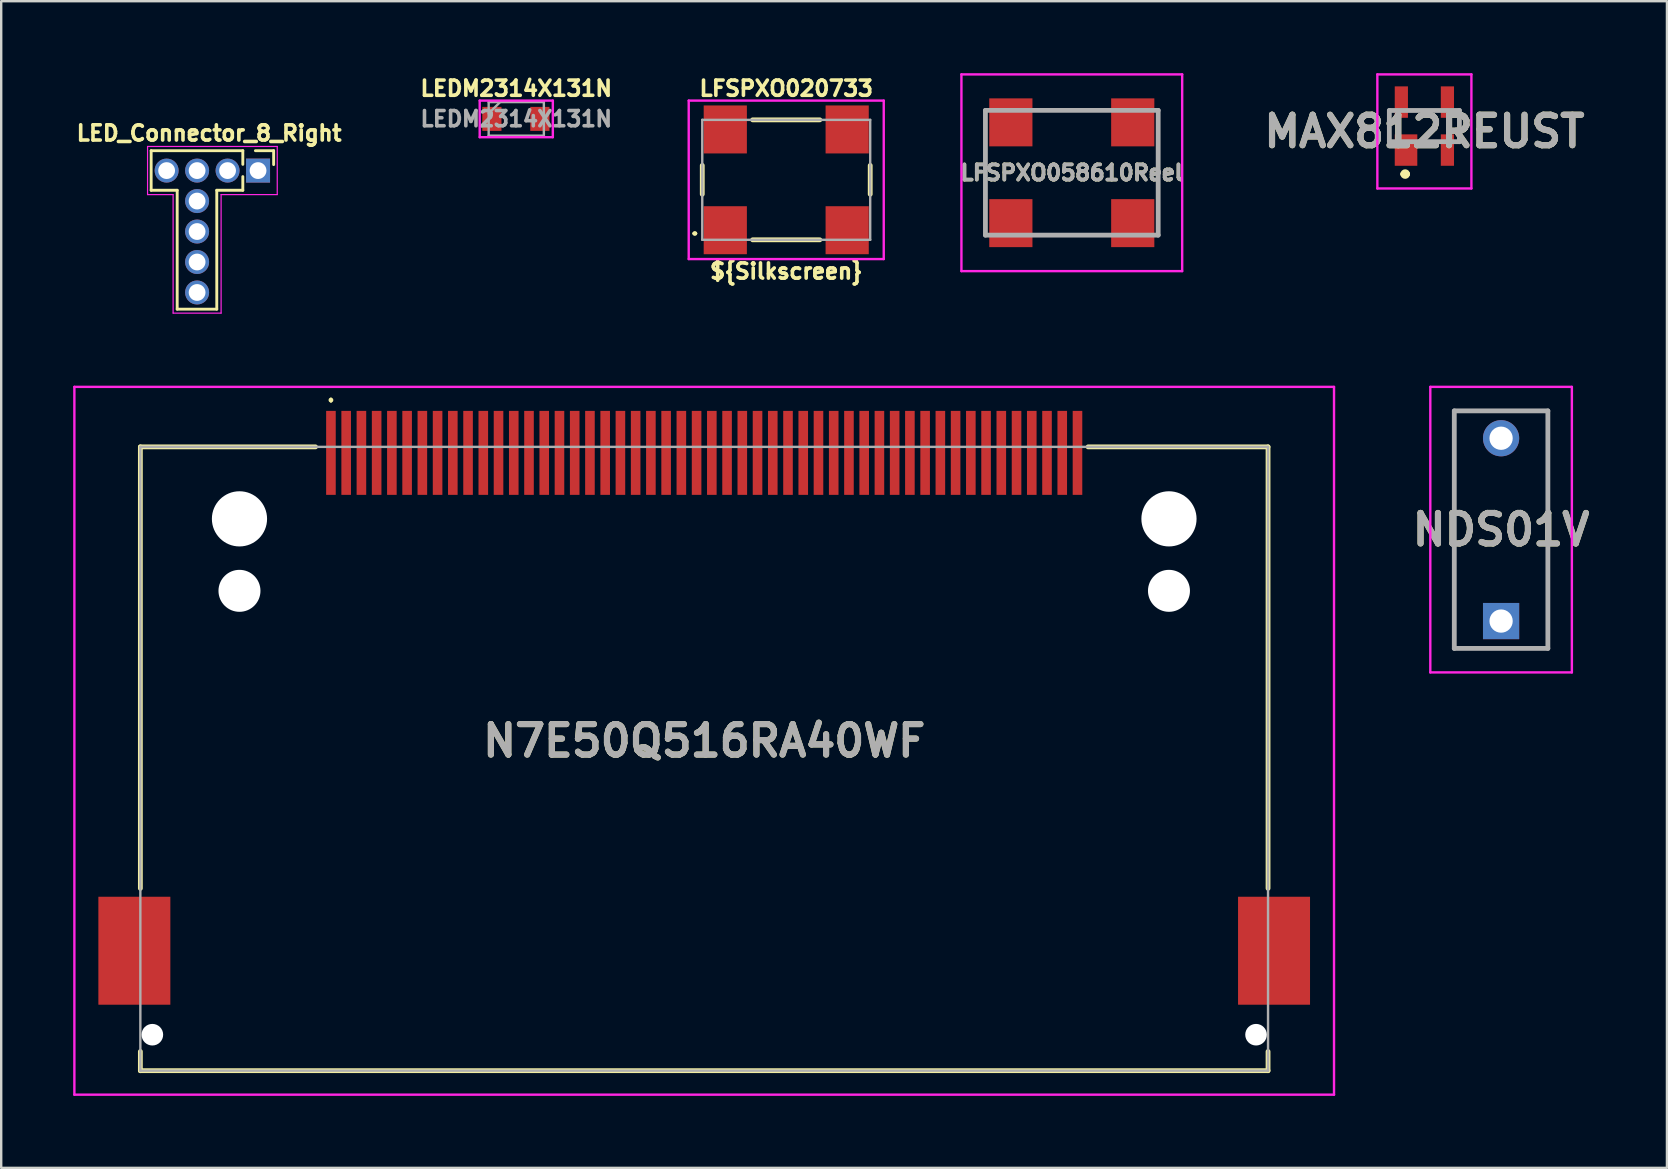
<source format=kicad_pcb>
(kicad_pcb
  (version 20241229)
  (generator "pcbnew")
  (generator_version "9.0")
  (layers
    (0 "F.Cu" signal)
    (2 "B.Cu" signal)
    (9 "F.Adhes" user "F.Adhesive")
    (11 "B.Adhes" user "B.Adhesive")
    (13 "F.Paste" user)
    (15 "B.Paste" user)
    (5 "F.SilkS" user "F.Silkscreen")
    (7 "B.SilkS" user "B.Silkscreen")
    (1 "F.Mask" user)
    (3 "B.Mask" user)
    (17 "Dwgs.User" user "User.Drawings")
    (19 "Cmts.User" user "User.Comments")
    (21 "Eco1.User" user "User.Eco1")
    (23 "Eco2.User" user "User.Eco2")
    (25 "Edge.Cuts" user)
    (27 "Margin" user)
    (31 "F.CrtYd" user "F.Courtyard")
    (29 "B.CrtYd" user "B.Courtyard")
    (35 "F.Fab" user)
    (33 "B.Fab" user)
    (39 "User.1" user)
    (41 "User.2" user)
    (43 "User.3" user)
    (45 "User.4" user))
  (footprint "LED_Connector_8_Right"
    (layer "F.Cu")
    (at 5.165 0.25)
    (property "Reference" "LED_Connector_8_Right" (at 0.5 2.25 0) (layer "F.SilkS") (effects (font (size 0.635 0.635) (thickness 0.15))))
    (attr through_hole)
    (fp_line (start -1.915 2.98) (end -1.915 4.63) (stroke (width 0.12) (type solid)) (layer "F.SilkS"))
    (fp_line (start -0.83 4.63) (end -1.915 4.63) (stroke (width 0.12) (type solid)) (layer "F.SilkS"))
    (fp_line (start -0.83 4.63) (end -0.83 9.585) (stroke (width 0.12) (type solid)) (layer "F.SilkS"))
    (fp_line (start 0.82 4.63) (end 0.82 9.585) (stroke (width 0.12) (type solid)) (layer "F.SilkS"))
    (fp_line (start 0.82 9.585) (end -0.83 9.585) (stroke (width 0.12) (type solid)) (layer "F.SilkS"))
    (fp_line (start 1.905 2.98) (end -1.915 2.98) (stroke (width 0.12) (type solid)) (layer "F.SilkS"))
    (fp_line (start 1.905 3.55) (end 1.905 2.98) (stroke (width 0.12) (type solid)) (layer "F.SilkS"))
    (fp_line (start 1.905 4.63) (end 0.82 4.63) (stroke (width 0.12) (type solid)) (layer "F.SilkS"))
    (fp_line (start 1.905 4.63) (end 1.905 4.06) (stroke (width 0.12) (type solid)) (layer "F.SilkS"))
    (fp_line (start 3.19 2.98) (end 2.43 2.98) (stroke (width 0.12) (type solid)) (layer "F.SilkS"))
    (fp_line (start 3.19 3.56) (end 3.19 2.98) (stroke (width 0.12) (type solid)) (layer "F.SilkS"))
    (fp_line (start -2.065 4.81) (end -2.065 2.805) (stroke (width 0.05) (type solid)) (layer "F.CrtYd"))
    (fp_line (start -2.065 4.81) (end -1 4.81) (stroke (width 0.05) (type solid)) (layer "F.CrtYd"))
    (fp_line (start -1 9.75) (end -1 4.81) (stroke (width 0.05) (type solid)) (layer "F.CrtYd"))
    (fp_line (start -1 9.75) (end 1 9.75) (stroke (width 0.05) (type solid)) (layer "F.CrtYd"))
    (fp_line (start 1 4.81) (end 3.34 4.81) (stroke (width 0.05) (type solid)) (layer "F.CrtYd"))
    (fp_line (start 1 9.75) (end 1 4.81) (stroke (width 0.05) (type solid)) (layer "F.CrtYd"))
    (fp_line (start 3.34 2.805) (end -2.065 2.805) (stroke (width 0.05) (type solid)) (layer "F.CrtYd"))
    (fp_line (start 3.34 4.81) (end 3.34 2.805) (stroke (width 0.05) (type solid)) (layer "F.CrtYd"))
    (pad "1" thru_hole rect (at 2.54 3.81 270) (size 1 1) (drill 0.7) (layers "*.Cu" "*.Mask"))
    (pad "2" thru_hole oval (at 1.27 3.81 270) (size 1 1) (drill 0.7) (layers "*.Cu" "*.Mask"))
    (pad "3" thru_hole oval (at 0 3.81 90) (size 1 1) (drill 0.7) (layers "*.Cu" "*.Mask"))
    (pad "4" thru_hole oval (at -1.27 3.81 90) (size 1 1) (drill 0.7) (layers "*.Cu" "*.Mask"))
    (pad "5" thru_hole oval (at 0 5.08) (size 1 1) (drill 0.7) (layers "*.Cu" "*.Mask"))
    (pad "6" thru_hole oval (at 0 6.35) (size 1 1) (drill 0.7) (layers "*.Cu" "*.Mask"))
    (pad "7" thru_hole oval (at 0 7.62) (size 1 1) (drill 0.7) (layers "*.Cu" "*.Mask"))
    (pad "8" thru_hole oval (at 0 8.89) (size 1 1) (drill 0.7) (layers "*.Cu" "*.Mask")))
  (footprint "N7E50Q516RA40WF"
    (layer "F.Cu")
    (at 26.3 28.575)
    (property "Reference" "N7E50Q516RA40WF" (at 0 -0.75 0) (layer "F.SilkS") (effects (font (size 1.27 1.27) (thickness 0.254))))
    (attr through_hole)
    (fp_line (start -23.5 -13) (end -23.5 5.4) (stroke (width 0.2) (type solid)) (layer "F.SilkS"))
    (fp_line (start -23.5 12.2) (end -23.5 13) (stroke (width 0.2) (type solid)) (layer "F.SilkS"))
    (fp_line (start -23.5 13) (end 23.5 13) (stroke (width 0.2) (type solid)) (layer "F.SilkS"))
    (fp_line (start -16.2 -13) (end -23.5 -13) (stroke (width 0.2) (type solid)) (layer "F.SilkS"))
    (fp_line (start -15.557 -15) (end -15.557 -15) (stroke (width 0.1) (type solid)) (layer "F.SilkS"))
    (fp_line (start -15.557 -14.9) (end -15.557 -14.9) (stroke (width 0.1) (type solid)) (layer "F.SilkS"))
    (fp_line (start 23.5 -13) (end 16 -13) (stroke (width 0.2) (type solid)) (layer "F.SilkS"))
    (fp_line (start 23.5 5.4) (end 23.5 -13) (stroke (width 0.2) (type solid)) (layer "F.SilkS"))
    (fp_line (start 23.5 13) (end 23.5 12.2) (stroke (width 0.2) (type solid)) (layer "F.SilkS"))
    (fp_arc (start -15.557 -15) (mid -15.507 -14.95) (end -15.557 -14.9) (stroke (width 0.1) (type solid)) (layer "F.SilkS"))
    (fp_arc (start -15.557 -14.9) (mid -15.607 -14.95) (end -15.557 -15) (stroke (width 0.1) (type solid)) (layer "F.SilkS"))
    (fp_line (start -26.25 -15.5) (end 26.25 -15.5) (stroke (width 0.1) (type solid)) (layer "F.CrtYd"))
    (fp_line (start -26.25 14) (end -26.25 -15.5) (stroke (width 0.1) (type solid)) (layer "F.CrtYd"))
    (fp_line (start 26.25 -15.5) (end 26.25 14) (stroke (width 0.1) (type solid)) (layer "F.CrtYd"))
    (fp_line (start 26.25 14) (end -26.25 14) (stroke (width 0.1) (type solid)) (layer "F.CrtYd"))
    (fp_line (start -23.5 -13) (end 23.5 -13) (stroke (width 0.1) (type solid)) (layer "F.Fab"))
    (fp_line (start -23.5 13) (end -23.5 -13) (stroke (width 0.1) (type solid)) (layer "F.Fab"))
    (fp_line (start 23.5 -13) (end 23.5 13) (stroke (width 0.1) (type solid)) (layer "F.Fab"))
    (fp_line (start 23.5 13) (end -23.5 13) (stroke (width 0.1) (type solid)) (layer "F.Fab"))
    (fp_text user "${REFERENCE}" (at 0 -0.75 0) (layer "F.Fab") (effects (font (size 1.27 1.27) (thickness 0.254))))
    (pad "" np_thru_hole circle (at -23 11.5) (size 0.9 0.9) (drill 0.9) (layers "*.Cu" "*.Mask"))
    (pad "" np_thru_hole circle (at -19.369 -10) (size 2.3 2.3) (drill 2.3) (layers "*.Cu" "*.Mask"))
    (pad "" np_thru_hole circle (at -19.369 -7) (size 1.75 1.75) (drill 1.75) (layers "*.Cu" "*.Mask"))
    (pad "" np_thru_hole circle (at 19.371 -10) (size 2.3 2.3) (drill 2.3) (layers "*.Cu" "*.Mask"))
    (pad "" np_thru_hole circle (at 19.371 -7) (size 1.75 1.75) (drill 1.75) (layers "*.Cu" "*.Mask"))
    (pad "" np_thru_hole circle (at 23 11.5) (size 0.9 0.9) (drill 0.9) (layers "*.Cu" "*.Mask"))
    (pad "1" smd rect (at -15.557 -12.75) (size 0.4 3.5) (layers "F.Cu" "F.Mask" "F.Paste"))
    (pad "2" smd rect (at -14.287 -12.75) (size 0.4 3.5) (layers "F.Cu" "F.Mask" "F.Paste"))
    (pad "3" smd rect (at -13.017 -12.75) (size 0.4 3.5) (layers "F.Cu" "F.Mask" "F.Paste"))
    (pad "4" smd rect (at -11.747 -12.75) (size 0.4 3.5) (layers "F.Cu" "F.Mask" "F.Paste"))
    (pad "5" smd rect (at -10.477 -12.75) (size 0.4 3.5) (layers "F.Cu" "F.Mask" "F.Paste"))
    (pad "6" smd rect (at -9.207 -12.75) (size 0.4 3.5) (layers "F.Cu" "F.Mask" "F.Paste"))
    (pad "7" smd rect (at -7.937 -12.75) (size 0.4 3.5) (layers "F.Cu" "F.Mask" "F.Paste"))
    (pad "8" smd rect (at -6.667 -12.75) (size 0.4 3.5) (layers "F.Cu" "F.Mask" "F.Paste"))
    (pad "9" smd rect (at -5.397 -12.75) (size 0.4 3.5) (layers "F.Cu" "F.Mask" "F.Paste"))
    (pad "10" smd rect (at -4.127 -12.75) (size 0.4 3.5) (layers "F.Cu" "F.Mask" "F.Paste"))
    (pad "11" smd rect (at -2.857 -12.75) (size 0.4 3.5) (layers "F.Cu" "F.Mask" "F.Paste"))
    (pad "12" smd rect (at -1.587 -12.75) (size 0.4 3.5) (layers "F.Cu" "F.Mask" "F.Paste"))
    (pad "13" smd rect (at -0.317 -12.75) (size 0.4 3.5) (layers "F.Cu" "F.Mask" "F.Paste"))
    (pad "14" smd rect (at 0.953 -12.75) (size 0.4 3.5) (layers "F.Cu" "F.Mask" "F.Paste"))
    (pad "15" smd rect (at 2.223 -12.75) (size 0.4 3.5) (layers "F.Cu" "F.Mask" "F.Paste"))
    (pad "16" smd rect (at 3.493 -12.75) (size 0.4 3.5) (layers "F.Cu" "F.Mask" "F.Paste"))
    (pad "17" smd rect (at 4.763 -12.75) (size 0.4 3.5) (layers "F.Cu" "F.Mask" "F.Paste"))
    (pad "18" smd rect (at 6.033 -12.75) (size 0.4 3.5) (layers "F.Cu" "F.Mask" "F.Paste"))
    (pad "19" smd rect (at 7.303 -12.75) (size 0.4 3.5) (layers "F.Cu" "F.Mask" "F.Paste"))
    (pad "20" smd rect (at 8.573 -12.75) (size 0.4 3.5) (layers "F.Cu" "F.Mask" "F.Paste"))
    (pad "21" smd rect (at 9.843 -12.75) (size 0.4 3.5) (layers "F.Cu" "F.Mask" "F.Paste"))
    (pad "22" smd rect (at 11.113 -12.75) (size 0.4 3.5) (layers "F.Cu" "F.Mask" "F.Paste"))
    (pad "23" smd rect (at 12.383 -12.75) (size 0.4 3.5) (layers "F.Cu" "F.Mask" "F.Paste"))
    (pad "24" smd rect (at 13.653 -12.75) (size 0.4 3.5) (layers "F.Cu" "F.Mask" "F.Paste"))
    (pad "25" smd rect (at 14.923 -12.75) (size 0.4 3.5) (layers "F.Cu" "F.Mask" "F.Paste"))
    (pad "26" smd rect (at -14.922 -12.75) (size 0.4 3.5) (layers "F.Cu" "F.Mask" "F.Paste"))
    (pad "27" smd rect (at -13.652 -12.75) (size 0.4 3.5) (layers "F.Cu" "F.Mask" "F.Paste"))
    (pad "28" smd rect (at -12.382 -12.75) (size 0.4 3.5) (layers "F.Cu" "F.Mask" "F.Paste"))
    (pad "29" smd rect (at -11.112 -12.75) (size 0.4 3.5) (layers "F.Cu" "F.Mask" "F.Paste"))
    (pad "30" smd rect (at -9.842 -12.75) (size 0.4 3.5) (layers "F.Cu" "F.Mask" "F.Paste"))
    (pad "31" smd rect (at -8.572 -12.75) (size 0.4 3.5) (layers "F.Cu" "F.Mask" "F.Paste"))
    (pad "32" smd rect (at -7.302 -12.75) (size 0.4 3.5) (layers "F.Cu" "F.Mask" "F.Paste"))
    (pad "33" smd rect (at -6.032 -12.75) (size 0.4 3.5) (layers "F.Cu" "F.Mask" "F.Paste"))
    (pad "34" smd rect (at -4.762 -12.75) (size 0.4 3.5) (layers "F.Cu" "F.Mask" "F.Paste"))
    (pad "35" smd rect (at -3.492 -12.75) (size 0.4 3.5) (layers "F.Cu" "F.Mask" "F.Paste"))
    (pad "36" smd rect (at -2.222 -12.75) (size 0.4 3.5) (layers "F.Cu" "F.Mask" "F.Paste"))
    (pad "37" smd rect (at -0.952 -12.75) (size 0.4 3.5) (layers "F.Cu" "F.Mask" "F.Paste"))
    (pad "38" smd rect (at 0.318 -12.75) (size 0.4 3.5) (layers "F.Cu" "F.Mask" "F.Paste"))
    (pad "39" smd rect (at 1.588 -12.75) (size 0.4 3.5) (layers "F.Cu" "F.Mask" "F.Paste"))
    (pad "40" smd rect (at 2.858 -12.75) (size 0.4 3.5) (layers "F.Cu" "F.Mask" "F.Paste"))
    (pad "41" smd rect (at 4.128 -12.75) (size 0.4 3.5) (layers "F.Cu" "F.Mask" "F.Paste"))
    (pad "42" smd rect (at 5.398 -12.75) (size 0.4 3.5) (layers "F.Cu" "F.Mask" "F.Paste"))
    (pad "43" smd rect (at 6.668 -12.75) (size 0.4 3.5) (layers "F.Cu" "F.Mask" "F.Paste"))
    (pad "44" smd rect (at 7.938 -12.75) (size 0.4 3.5) (layers "F.Cu" "F.Mask" "F.Paste"))
    (pad "45" smd rect (at 9.208 -12.75) (size 0.4 3.5) (layers "F.Cu" "F.Mask" "F.Paste"))
    (pad "46" smd rect (at 10.478 -12.75) (size 0.4 3.5) (layers "F.Cu" "F.Mask" "F.Paste"))
    (pad "47" smd rect (at 11.748 -12.75) (size 0.4 3.5) (layers "F.Cu" "F.Mask" "F.Paste"))
    (pad "48" smd rect (at 13.018 -12.75) (size 0.4 3.5) (layers "F.Cu" "F.Mask" "F.Paste"))
    (pad "49" smd rect (at 14.288 -12.75) (size 0.4 3.5) (layers "F.Cu" "F.Mask" "F.Paste"))
    (pad "50" smd rect (at 15.558 -12.75) (size 0.4 3.5) (layers "F.Cu" "F.Mask" "F.Paste"))
    (pad "57" smd rect (at -23.75 8) (size 3 4.5) (layers "F.Cu" "F.Mask" "F.Paste"))
    (pad "58" smd rect (at 23.75 8) (size 3 4.5) (layers "F.Cu" "F.Mask" "F.Paste")))
  (footprint "NDS01V"
    (layer "F.Cu")
    (at 59.513 22.835)
    (property "Reference" "NDS01V" (at 0 -3.81 0) (layer "F.SilkS") (effects (font (size 1.27 1.27) (thickness 0.254))))
    (attr through_hole)
    (fp_line (start -1.95 -8.76) (end 1.95 -8.76) (stroke (width 0.1) (type solid)) (layer "F.SilkS"))
    (fp_line (start -1.95 1.14) (end -1.95 -8.76) (stroke (width 0.1) (type solid)) (layer "F.SilkS"))
    (fp_line (start 1.95 -8.76) (end 1.95 1.14) (stroke (width 0.1) (type solid)) (layer "F.SilkS"))
    (fp_line (start 1.95 1.14) (end -1.95 1.14) (stroke (width 0.1) (type solid)) (layer "F.SilkS"))
    (fp_line (start -2.95 -9.76) (end 2.95 -9.76) (stroke (width 0.1) (type solid)) (layer "F.CrtYd"))
    (fp_line (start -2.95 2.14) (end -2.95 -9.76) (stroke (width 0.1) (type solid)) (layer "F.CrtYd"))
    (fp_line (start 2.95 -9.76) (end 2.95 2.14) (stroke (width 0.1) (type solid)) (layer "F.CrtYd"))
    (fp_line (start 2.95 2.14) (end -2.95 2.14) (stroke (width 0.1) (type solid)) (layer "F.CrtYd"))
    (fp_line (start -1.95 -8.76) (end 1.95 -8.76) (stroke (width 0.2) (type solid)) (layer "F.Fab"))
    (fp_line (start -1.95 1.14) (end -1.95 -8.76) (stroke (width 0.2) (type solid)) (layer "F.Fab"))
    (fp_line (start 1.95 -8.76) (end 1.95 1.14) (stroke (width 0.2) (type solid)) (layer "F.Fab"))
    (fp_line (start 1.95 1.14) (end -1.95 1.14) (stroke (width 0.2) (type solid)) (layer "F.Fab"))
    (fp_text user "${REFERENCE}" (at 0 -3.81 0) (layer "F.Fab") (effects (font (size 1.27 1.27) (thickness 0.254))))
    (pad "1" thru_hole rect (at 0 0) (size 1.509 1.509) (drill 0.97) (layers "*.Cu" "*.Mask"))
    (pad "2" thru_hole circle (at 0 -7.62) (size 1.509 1.509) (drill 0.97) (layers "*.Cu" "*.Mask")))
  (footprint "MAX812REUST"
    (layer "F.Cu")
    (at 56.316 2.205)
    (property "Reference" "MAX812REUST" (at 0 0.223 0) (layer "F.SilkS") (effects (font (size 1.27 1.27) (thickness 0.254))))
    (attr smd)
    (fp_line (start -1.46 -0.65) (end -1.46 0.65) (stroke (width 0.1) (type solid)) (layer "F.SilkS"))
    (fp_line (start -0.9 2) (end -0.9 2) (stroke (width 0.2) (type solid)) (layer "F.SilkS"))
    (fp_line (start -0.7 2) (end -0.7 2) (stroke (width 0.2) (type solid)) (layer "F.SilkS"))
    (fp_line (start 1.46 -0.65) (end 1.46 0.65) (stroke (width 0.1) (type solid)) (layer "F.SilkS"))
    (fp_arc (start -0.9 2) (mid -0.8 1.9) (end -0.7 2) (stroke (width 0.2) (type solid)) (layer "F.SilkS"))
    (fp_arc (start -0.7 2) (mid -0.8 2.1) (end -0.9 2) (stroke (width 0.2) (type solid)) (layer "F.SilkS"))
    (fp_line (start -1.96 -2.155) (end 1.96 -2.155) (stroke (width 0.1) (type solid)) (layer "F.CrtYd"))
    (fp_line (start -1.96 2.6) (end -1.96 -2.155) (stroke (width 0.1) (type solid)) (layer "F.CrtYd"))
    (fp_line (start 1.96 -2.155) (end 1.96 2.6) (stroke (width 0.1) (type solid)) (layer "F.CrtYd"))
    (fp_line (start 1.96 2.6) (end -1.96 2.6) (stroke (width 0.1) (type solid)) (layer "F.CrtYd"))
    (fp_line (start -1.46 -0.65) (end 1.46 -0.65) (stroke (width 0.2) (type solid)) (layer "F.Fab"))
    (fp_line (start -1.46 0.65) (end -1.46 -0.65) (stroke (width 0.2) (type solid)) (layer "F.Fab"))
    (fp_line (start 1.46 -0.65) (end 1.46 0.65) (stroke (width 0.2) (type solid)) (layer "F.Fab"))
    (fp_line (start 1.46 0.65) (end -1.46 0.65) (stroke (width 0.2) (type solid)) (layer "F.Fab"))
    (fp_text user "${REFERENCE}" (at 0 0.223 0) (layer "F.Fab") (effects (font (size 1.27 1.27) (thickness 0.254))))
    (pad "1" smd rect (at -0.765 1) (size 0.94 1.31) (layers "F.Cu" "F.Mask" "F.Paste"))
    (pad "2" smd rect (at 0.96 1) (size 0.55 1.31) (layers "F.Cu" "F.Mask" "F.Paste"))
    (pad "3" smd rect (at 0.96 -1) (size 0.55 1.31) (layers "F.Cu" "F.Mask" "F.Paste"))
    (pad "4" smd rect (at -0.96 -1) (size 0.55 1.31) (layers "F.Cu" "F.Mask" "F.Paste")))
  (footprint "LFSPXO058610Reel"
    (layer "F.Cu")
    (at 41.621 4.15)
    (property "Reference" "LFSPXO058610Reel" (at 0 0 0) (layer "F.SilkS") (effects (font (size 0.635 0.635) (thickness 0.15))))
    (attr smd)
    (fp_line (start -1.4 -2.6) (end 1.4 -2.6) (stroke (width 0.1) (type solid)) (layer "F.SilkS"))
    (fp_line (start -1.4 2.6) (end 1.4 2.6) (stroke (width 0.1) (type solid)) (layer "F.SilkS"))
    (fp_line (start -4.6 -4.1) (end 4.6 -4.1) (stroke (width 0.1) (type solid)) (layer "F.CrtYd"))
    (fp_line (start -4.6 4.1) (end -4.6 -4.1) (stroke (width 0.1) (type solid)) (layer "F.CrtYd"))
    (fp_line (start 4.6 -4.1) (end 4.6 4.1) (stroke (width 0.1) (type solid)) (layer "F.CrtYd"))
    (fp_line (start 4.6 4.1) (end -4.6 4.1) (stroke (width 0.1) (type solid)) (layer "F.CrtYd"))
    (fp_line (start -3.6 -2.6) (end 3.6 -2.6) (stroke (width 0.2) (type solid)) (layer "F.Fab"))
    (fp_line (start -3.6 2.6) (end -3.6 -2.6) (stroke (width 0.2) (type solid)) (layer "F.Fab"))
    (fp_line (start 3.6 -2.6) (end 3.6 2.6) (stroke (width 0.2) (type solid)) (layer "F.Fab"))
    (fp_line (start 3.6 2.6) (end -3.6 2.6) (stroke (width 0.2) (type solid)) (layer "F.Fab"))
    (fp_text user "${REFERENCE}" (at 0 0 0) (layer "F.Fab") (effects (font (size 0.635 0.635) (thickness 0.15))))
    (pad "1" smd rect (at -2.54 2.1) (size 1.8 2) (layers "F.Cu" "F.Mask" "F.Paste"))
    (pad "2" smd rect (at 2.54 2.1) (size 1.8 2) (layers "F.Cu" "F.Mask" "F.Paste"))
    (pad "3" smd rect (at 2.54 -2.1) (size 1.8 2) (layers "F.Cu" "F.Mask" "F.Paste"))
    (pad "4" smd rect (at -2.54 -2.1) (size 1.8 2) (layers "F.Cu" "F.Mask" "F.Paste")))
  (footprint "LEDM2314X131N"
    (layer "F.Cu")
    (at 18.467 1.905)
    (property "Reference" "LEDM2314X131N" (at 0 -1.27 0) (layer "F.SilkS") (effects (font (size 0.635 0.635) (thickness 0.15))))
    (attr smd)
    (fp_line (start -1.524 -0.762) (end 1.524 -0.762) (stroke (width 0.1) (type solid)) (layer "F.CrtYd"))
    (fp_line (start -1.524 0.762) (end -1.524 -0.762) (stroke (width 0.1) (type solid)) (layer "F.CrtYd"))
    (fp_line (start 1.524 -0.762) (end 1.524 0.762) (stroke (width 0.1) (type solid)) (layer "F.CrtYd"))
    (fp_line (start 1.524 0.762) (end -1.524 0.762) (stroke (width 0.1) (type solid)) (layer "F.CrtYd"))
    (fp_line (start -1.15 -0.7) (end 1.15 -0.7) (stroke (width 0.1) (type solid)) (layer "F.Fab"))
    (fp_line (start -1.15 -0.225) (end -0.675 -0.7) (stroke (width 0.1) (type solid)) (layer "F.Fab"))
    (fp_line (start -1.15 0.7) (end -1.15 -0.7) (stroke (width 0.1) (type solid)) (layer "F.Fab"))
    (fp_line (start 1.15 -0.7) (end 1.15 0.7) (stroke (width 0.1) (type solid)) (layer "F.Fab"))
    (fp_line (start 1.15 0.7) (end -1.15 0.7) (stroke (width 0.1) (type solid)) (layer "F.Fab"))
    (fp_text user "${REFERENCE}" (at 0 0 0) (layer "F.Fab") (effects (font (size 0.635 0.635) (thickness 0.15))))
    (pad "1" smd rect (at -1.016 0) (size 0.8 1) (layers "F.Cu" "F.Mask" "F.Paste"))
    (pad "2" smd rect (at 0.984 0) (size 0.8 1) (layers "F.Cu" "F.Mask" "F.Paste")))
  (footprint "LFSPXO020733"
    (layer "F.Cu")
    (at 29.719 3.937)
    (property "Reference" "LFSPXO020733" (at 0 -3.302 180) (layer "F.SilkS") (effects (font (size 0.635 0.635) (thickness 0.15))))
    (attr smd)
    (fp_line (start -3.86 2.744) (end -3.86 2.744) (stroke (width 0.1) (type solid)) (layer "F.SilkS"))
    (fp_line (start -3.76 2.744) (end -3.76 2.744) (stroke (width 0.1) (type solid)) (layer "F.SilkS"))
    (fp_line (start -3.5 1.108) (end -3.5 -0.092) (stroke (width 0.2) (type solid)) (layer "F.SilkS"))
    (fp_line (start -1.4 -1.992) (end 1.4 -1.992) (stroke (width 0.2) (type solid)) (layer "F.SilkS"))
    (fp_line (start -1.4 3.008) (end 1.4 3.008) (stroke (width 0.2) (type solid)) (layer "F.SilkS"))
    (fp_line (start 3.5 -0.092) (end 3.5 1.108) (stroke (width 0.2) (type solid)) (layer "F.SilkS"))
    (fp_arc (start -3.86 2.744) (mid -3.81 2.694) (end -3.76 2.744) (stroke (width 0.1) (type solid)) (layer "F.SilkS"))
    (fp_arc (start -3.76 2.744) (mid -3.81 2.794) (end -3.86 2.744) (stroke (width 0.1) (type solid)) (layer "F.SilkS"))
    (fp_line (start -4.064 -2.794) (end 4.064 -2.794) (stroke (width 0.1) (type solid)) (layer "F.CrtYd"))
    (fp_line (start -4.064 3.81) (end -4.064 -2.794) (stroke (width 0.1) (type solid)) (layer "F.CrtYd"))
    (fp_line (start 4.064 -2.794) (end 4.064 3.81) (stroke (width 0.1) (type solid)) (layer "F.CrtYd"))
    (fp_line (start 4.064 3.81) (end -4.064 3.81) (stroke (width 0.1) (type solid)) (layer "F.CrtYd"))
    (fp_line (start -3.5 -1.992) (end -3.5 3.008) (stroke (width 0.1) (type solid)) (layer "F.Fab"))
    (fp_line (start -3.5 3.008) (end 3.5 3.008) (stroke (width 0.1) (type solid)) (layer "F.Fab"))
    (fp_line (start 3.5 -1.992) (end -3.5 -1.992) (stroke (width 0.1) (type solid)) (layer "F.Fab"))
    (fp_line (start 3.5 3.008) (end 3.5 -1.992) (stroke (width 0.1) (type solid)) (layer "F.Fab"))
    (fp_text user "${Silkscreen}" (at 0 4.318 180) (layer "F.SilkS") (effects (font (size 0.635 0.635) (thickness 0.15))))
    (pad "1" smd rect (at -2.54 2.608) (size 1.8 2) (layers "F.Cu" "F.Mask" "F.Paste"))
    (pad "2" smd rect (at 2.54 2.608) (size 1.8 2) (layers "F.Cu" "F.Mask" "F.Paste"))
    (pad "3" smd rect (at 2.54 -1.592) (size 1.8 2) (layers "F.Cu" "F.Mask" "F.Paste"))
    (pad "4" smd rect (at -2.54 -1.592) (size 1.8 2) (layers "F.Cu" "F.Mask" "F.Paste")))
  (gr_rect
    (start -3 -3)
    (end 66.426 45.625)
    (stroke (width 0.1) (type default))
    (fill no)
    (layer "Edge.Cuts")))
</source>
